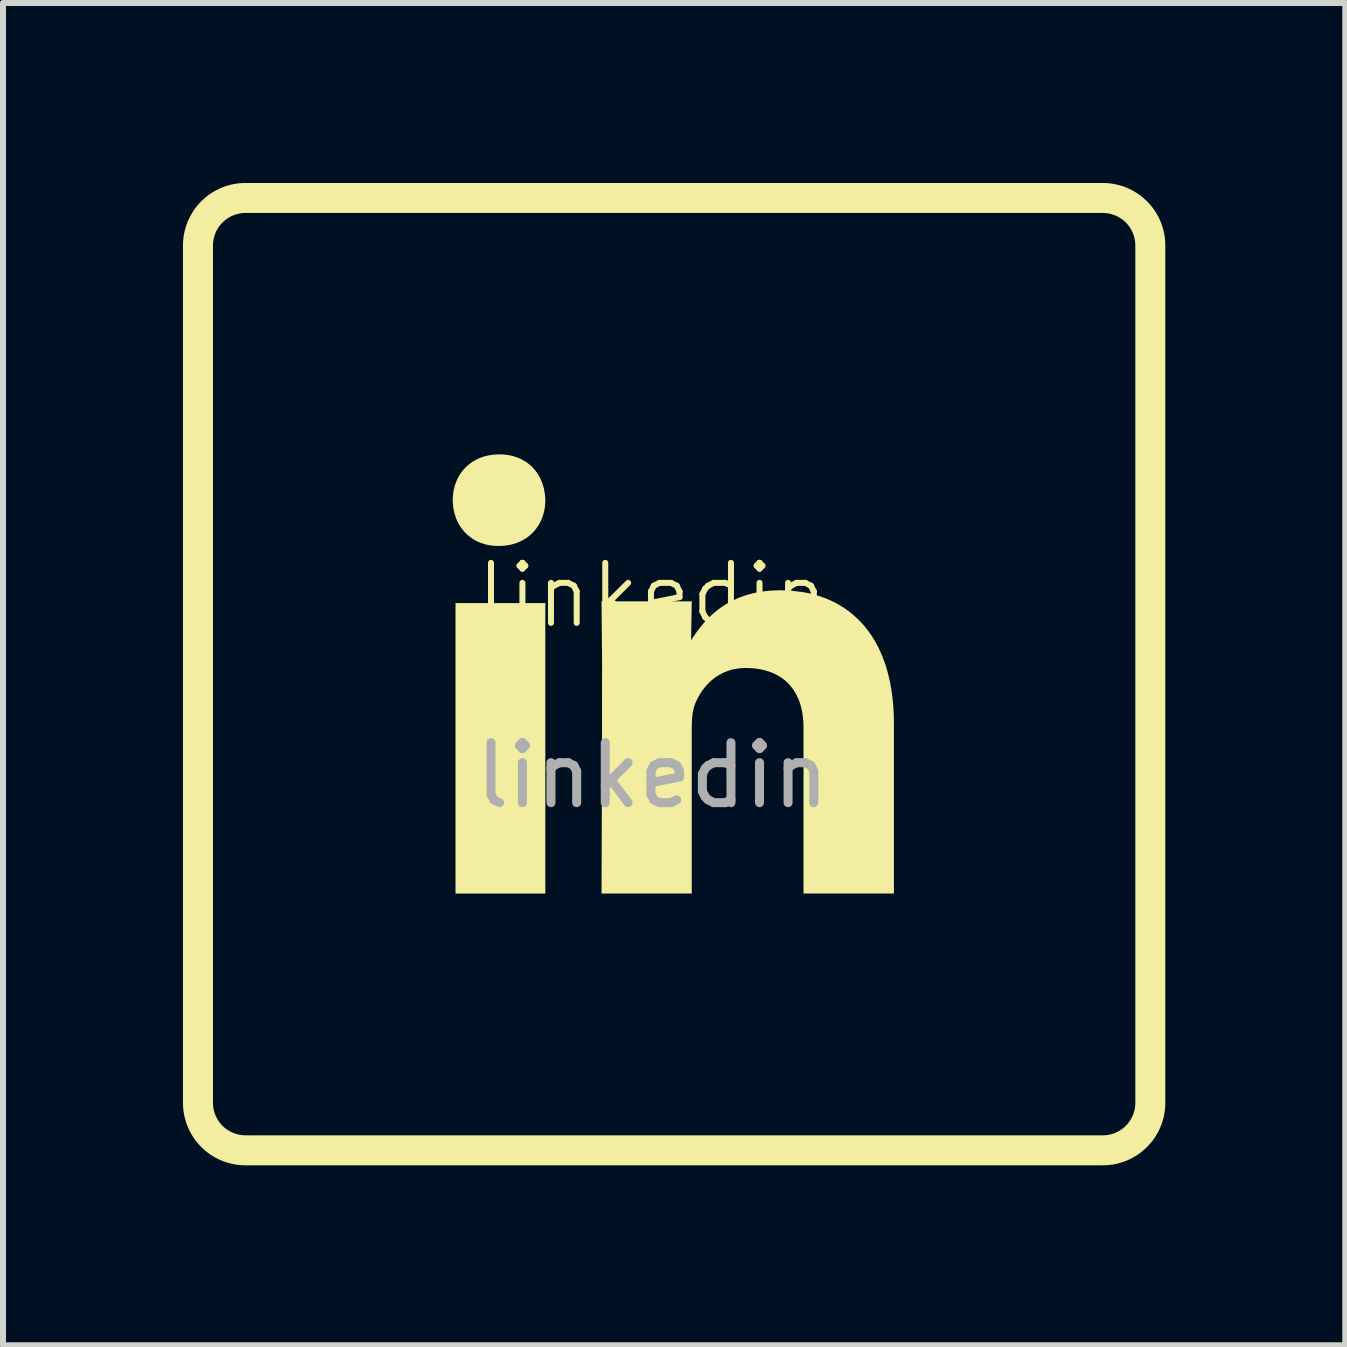
<source format=kicad_pcb>
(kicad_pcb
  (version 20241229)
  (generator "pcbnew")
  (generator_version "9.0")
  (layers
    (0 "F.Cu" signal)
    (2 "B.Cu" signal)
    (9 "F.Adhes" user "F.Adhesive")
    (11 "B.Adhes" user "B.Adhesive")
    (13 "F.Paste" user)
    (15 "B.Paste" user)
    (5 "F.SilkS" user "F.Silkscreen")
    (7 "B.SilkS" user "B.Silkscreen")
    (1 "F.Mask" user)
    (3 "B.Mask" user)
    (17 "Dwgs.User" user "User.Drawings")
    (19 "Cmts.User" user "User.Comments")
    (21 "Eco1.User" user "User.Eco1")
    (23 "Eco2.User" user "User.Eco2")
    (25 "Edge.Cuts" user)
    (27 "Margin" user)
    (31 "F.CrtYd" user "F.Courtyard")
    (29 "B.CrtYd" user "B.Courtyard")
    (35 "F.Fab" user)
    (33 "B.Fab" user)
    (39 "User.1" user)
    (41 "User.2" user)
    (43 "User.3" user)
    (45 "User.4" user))
  (footprint "linkedin"
    (layer "F.Cu")
    (at 7.825 7.375)
    (property "Reference" "linkedin" (at 0 -0.5 0) (unlocked yes) (layer "F.SilkS") (effects (font (size 1 1) (thickness 0.1))))
    (attr smd)
    (fp_poly (pts (xy -1.785 4.47) (xy -3.282 4.47) (xy -3.282 -0.372) (xy -1.785 -0.372)) (stroke (width -0.000001) (type solid)) (fill yes) (layer "F.SilkS"))
    (fp_poly (pts (xy 2.335 -0.577) (xy 2.527 -0.552) (xy 2.62 -0.534) (xy 2.711 -0.51) (xy 2.8 -0.483) (xy 2.887 -0.452) (xy 2.971 -0.416) (xy 3.053 -0.376) (xy 3.132 -0.331) (xy 3.209 -0.282) (xy 3.282 -0.229) (xy 3.353 -0.171) (xy 3.421 -0.109) (xy 3.486 -0.043) (xy 3.548 0.028) (xy 3.606 0.103) (xy 3.661 0.183) (xy 3.713 0.267) (xy 3.761 0.356) (xy 3.805 0.45) (xy 3.846 0.548) (xy 3.883 0.65) (xy 3.915 0.757) (xy 3.944 0.869) (xy 3.969 0.985) (xy 3.989 1.106) (xy 4.005 1.232) (xy 4.017 1.363) (xy 4.024 1.498) (xy 4.026 1.638) (xy 4.026 4.47) (xy 2.519 4.47) (xy 2.519 1.711) (xy 2.518 1.65) (xy 2.515 1.591) (xy 2.51 1.533) (xy 2.502 1.478) (xy 2.493 1.424) (xy 2.481 1.372) (xy 2.468 1.323) (xy 2.452 1.275) (xy 2.434 1.229) (xy 2.415 1.185) (xy 2.393 1.143) (xy 2.37 1.103) (xy 2.345 1.065) (xy 2.318 1.028) (xy 2.289 0.994) (xy 2.259 0.962) (xy 2.227 0.931) (xy 2.193 0.903) (xy 2.157 0.877) (xy 2.12 0.852) (xy 2.081 0.829) (xy 2.04 0.809) (xy 1.998 0.79) (xy 1.954 0.773) (xy 1.909 0.759) (xy 1.863 0.746) (xy 1.814 0.735) (xy 1.765 0.726) (xy 1.714 0.719) (xy 1.661 0.714) (xy 1.608 0.711) (xy 1.553 0.71) (xy 1.511 0.711) (xy 1.47 0.714) (xy 1.43 0.718) (xy 1.391 0.724) (xy 1.353 0.731) (xy 1.317 0.74) (xy 1.281 0.751) (xy 1.246 0.763) (xy 1.213 0.776) (xy 1.18 0.79) (xy 1.149 0.806) (xy 1.118 0.823) (xy 1.089 0.84) (xy 1.06 0.859) (xy 1.032 0.879) (xy 1.006 0.9) (xy 0.98 0.922) (xy 0.956 0.944) (xy 0.909 0.991) (xy 0.867 1.041) (xy 0.828 1.093) (xy 0.793 1.146) (xy 0.762 1.2) (xy 0.734 1.256) (xy 0.71 1.311) (xy 0.703 1.331) (xy 0.695 1.352) (xy 0.689 1.374) (xy 0.684 1.397) (xy 0.679 1.421) (xy 0.674 1.445) (xy 0.67 1.47) (xy 0.667 1.495) (xy 0.662 1.548) (xy 0.659 1.601) (xy 0.657 1.656) (xy 0.656 1.711) (xy 0.656 4.47) (xy -0.848 4.47) (xy -0.84 2.208) (xy -0.839 0.556) (xy -0.848 -0.401) (xy 0.656 -0.401) (xy 0.645 0.247) (xy 0.735 0.114) (xy 0.787 0.045) (xy 0.845 -0.026) (xy 0.908 -0.096) (xy 0.978 -0.165) (xy 1.055 -0.232) (xy 1.139 -0.296) (xy 1.231 -0.356) (xy 1.332 -0.411) (xy 1.441 -0.461) (xy 1.559 -0.503) (xy 1.622 -0.521) (xy 1.688 -0.538) (xy 1.756 -0.552) (xy 1.826 -0.564) (xy 1.899 -0.573) (xy 1.975 -0.58) (xy 2.054 -0.584) (xy 2.136 -0.586)) (stroke (width -0.000001) (type solid)) (fill yes) (layer "F.SilkS"))
    (fp_poly (pts (xy -2.508 -2.85) (xy -2.466 -2.847) (xy -2.425 -2.842) (xy -2.385 -2.836) (xy -2.346 -2.828) (xy -2.308 -2.818) (xy -2.271 -2.806) (xy -2.235 -2.793) (xy -2.201 -2.778) (xy -2.168 -2.761) (xy -2.136 -2.743) (xy -2.105 -2.724) (xy -2.076 -2.703) (xy -2.048 -2.68) (xy -2.021 -2.657) (xy -1.996 -2.632) (xy -1.972 -2.606) (xy -1.949 -2.578) (xy -1.928 -2.549) (xy -1.908 -2.52) (xy -1.889 -2.489) (xy -1.872 -2.457) (xy -1.857 -2.424) (xy -1.843 -2.39) (xy -1.83 -2.355) (xy -1.819 -2.319) (xy -1.809 -2.282) (xy -1.801 -2.245) (xy -1.795 -2.207) (xy -1.79 -2.168) (xy -1.787 -2.128) (xy -1.785 -2.088) (xy -1.786 -2.048) (xy -1.789 -2.009) (xy -1.793 -1.971) (xy -1.799 -1.933) (xy -1.806 -1.896) (xy -1.816 -1.86) (xy -1.827 -1.824) (xy -1.839 -1.79) (xy -1.853 -1.756) (xy -1.869 -1.723) (xy -1.886 -1.691) (xy -1.905 -1.66) (xy -1.925 -1.63) (xy -1.946 -1.601) (xy -1.969 -1.574) (xy -1.994 -1.547) (xy -2.02 -1.522) (xy -2.047 -1.498) (xy -2.075 -1.475) (xy -2.105 -1.454) (xy -2.137 -1.434) (xy -2.169 -1.416) (xy -2.203 -1.399) (xy -2.238 -1.384) (xy -2.274 -1.371) (xy -2.312 -1.359) (xy -2.35 -1.348) (xy -2.39 -1.34) (xy -2.431 -1.333) (xy -2.473 -1.328) (xy -2.517 -1.326) (xy -2.561 -1.325) (xy -2.57 -1.325) (xy -2.612 -1.326) (xy -2.654 -1.328) (xy -2.695 -1.333) (xy -2.735 -1.34) (xy -2.773 -1.348) (xy -2.811 -1.359) (xy -2.847 -1.371) (xy -2.882 -1.384) (xy -2.917 -1.399) (xy -2.95 -1.416) (xy -2.981 -1.434) (xy -3.012 -1.454) (xy -3.041 -1.475) (xy -3.069 -1.498) (xy -3.096 -1.522) (xy -3.121 -1.547) (xy -3.145 -1.574) (xy -3.168 -1.601) (xy -3.189 -1.63) (xy -3.209 -1.66) (xy -3.228 -1.691) (xy -3.245 -1.723) (xy -3.26 -1.756) (xy -3.274 -1.79) (xy -3.286 -1.824) (xy -3.297 -1.86) (xy -3.306 -1.896) (xy -3.314 -1.933) (xy -3.32 -1.971) (xy -3.324 -2.009) (xy -3.327 -2.048) (xy -3.328 -2.088) (xy -3.327 -2.128) (xy -3.324 -2.168) (xy -3.32 -2.207) (xy -3.314 -2.245) (xy -3.306 -2.282) (xy -3.296 -2.319) (xy -3.285 -2.355) (xy -3.272 -2.39) (xy -3.258 -2.424) (xy -3.242 -2.457) (xy -3.225 -2.489) (xy -3.206 -2.52) (xy -3.186 -2.549) (xy -3.164 -2.578) (xy -3.14 -2.606) (xy -3.116 -2.632) (xy -3.09 -2.657) (xy -3.062 -2.68) (xy -3.034 -2.703) (xy -3.004 -2.724) (xy -2.972 -2.743) (xy -2.94 -2.761) (xy -2.906 -2.778) (xy -2.871 -2.793) (xy -2.835 -2.806) (xy -2.798 -2.818) (xy -2.759 -2.828) (xy -2.72 -2.836) (xy -2.679 -2.842) (xy -2.638 -2.847) (xy -2.595 -2.85) (xy -2.552 -2.851)) (stroke (width -0.000001) (type solid)) (fill yes) (layer "F.SilkS"))
    (fp_poly (pts (xy 7.548 -7.124) (xy 7.588 -7.121) (xy 7.628 -7.116) (xy 7.667 -7.109) (xy 7.705 -7.1) (xy 7.743 -7.089) (xy 7.78 -7.077) (xy 7.816 -7.063) (xy 7.851 -7.047) (xy 7.885 -7.03) (xy 7.918 -7.01) (xy 7.951 -6.99) (xy 7.982 -6.968) (xy 8.012 -6.944) (xy 8.04 -6.919) (xy 8.068 -6.893) (xy 8.094 -6.866) (xy 8.119 -6.837) (xy 8.143 -6.807) (xy 8.165 -6.776) (xy 8.185 -6.744) (xy 8.204 -6.711) (xy 8.222 -6.676) (xy 8.238 -6.641) (xy 8.252 -6.605) (xy 8.264 -6.568) (xy 8.275 -6.531) (xy 8.284 -6.492) (xy 8.291 -6.453) (xy 8.296 -6.414) (xy 8.299 -6.373) (xy 8.3 -6.332) (xy 8.3 7.957) (xy 8.299 7.998) (xy 8.296 8.038) (xy 8.291 8.078) (xy 8.284 8.117) (xy 8.275 8.155) (xy 8.264 8.193) (xy 8.252 8.23) (xy 8.238 8.266) (xy 8.222 8.301) (xy 8.205 8.335) (xy 8.185 8.368) (xy 8.165 8.401) (xy 8.143 8.432) (xy 8.119 8.462) (xy 8.094 8.49) (xy 8.068 8.518) (xy 8.041 8.544) (xy 8.012 8.569) (xy 7.982 8.593) (xy 7.951 8.615) (xy 7.919 8.635) (xy 7.886 8.654) (xy 7.851 8.672) (xy 7.816 8.688) (xy 7.78 8.702) (xy 7.743 8.714) (xy 7.706 8.725) (xy 7.667 8.734) (xy 7.628 8.741) (xy 7.589 8.746) (xy 7.548 8.749) (xy 7.507 8.75) (xy -6.782 8.75) (xy -6.823 8.749) (xy -6.863 8.746) (xy -6.903 8.741) (xy -6.942 8.734) (xy -6.98 8.725) (xy -7.018 8.714) (xy -7.055 8.702) (xy -7.091 8.688) (xy -7.126 8.672) (xy -7.16 8.655) (xy -7.193 8.635) (xy -7.226 8.615) (xy -7.257 8.593) (xy -7.287 8.569) (xy -7.315 8.544) (xy -7.343 8.518) (xy -7.369 8.491) (xy -7.394 8.462) (xy -7.418 8.432) (xy -7.44 8.401) (xy -7.46 8.369) (xy -7.479 8.336) (xy -7.497 8.301) (xy -7.513 8.266) (xy -7.527 8.23) (xy -7.539 8.193) (xy -7.55 8.156) (xy -7.559 8.117) (xy -7.566 8.078) (xy -7.571 8.039) (xy -7.574 7.998) (xy -7.575 7.957) (xy -7.575 -6.332) (xy -7.574 -6.373) (xy -7.571 -6.413) (xy -7.566 -6.453) (xy -7.559 -6.492) (xy -7.55 -6.53) (xy -7.539 -6.568) (xy -7.527 -6.605) (xy -7.513 -6.641) (xy -7.497 -6.676) (xy -7.48 -6.71) (xy -7.46 -6.743) (xy -7.44 -6.776) (xy -7.418 -6.807) (xy -7.394 -6.837) (xy -7.369 -6.865) (xy -7.343 -6.893) (xy -7.316 -6.919) (xy -7.287 -6.944) (xy -7.257 -6.968) (xy -7.226 -6.99) (xy -7.194 -7.01) (xy -7.161 -7.029) (xy -7.126 -7.047) (xy -7.091 -7.063) (xy -7.055 -7.077) (xy -7.018 -7.089) (xy -6.981 -7.1) (xy -6.942 -7.109) (xy -6.903 -7.116) (xy -6.864 -7.121) (xy -6.823 -7.124) (xy -6.782 -7.125) (xy 7.507 -7.125)) (stroke (width 0.5) (type solid)) (fill no) (layer "F.SilkS"))
    (fp_text user "${REFERENCE}" (at 0 2.5 0) (unlocked yes) (layer "F.Fab") (effects (font (size 1 1) (thickness 0.15)))))
  (gr_rect
    (start -3 -3)
    (end 19.375 19.375)
    (stroke (width 0.1) (type default))
    (fill no)
    (layer "Edge.Cuts")))
</source>
